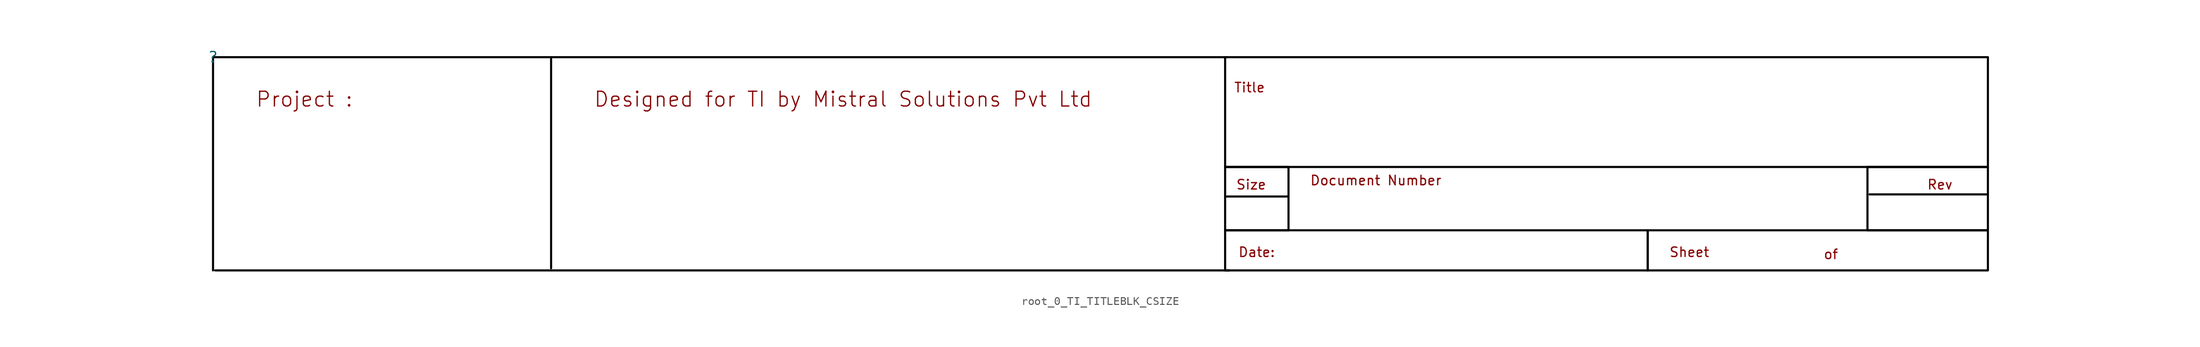
<source format=kicad_sym>
(kicad_symbol_lib
  (version 20231120)
  (generator "kicad_symbol_editor")
  (generator_version "8.0")
  (symbol "root_0_TI_TITLEBLK_CSIZE"
    (property "Reference" ""
      (at 0 0 0)
      (effects (font (size 1.27 1.27))))
    (property "Value" ""
      (at 0 0 0)
      (effects (font (size 1.27 1.27))))
    (symbol "root_0_TI_TITLEBLK_CSIZE_1_0"
      (polyline (pts (xy 0 0) (xy 0 -25.654)) (stroke (width 0.254) (type solid) (color 0 0 0 1)) (fill (type none)))
      (polyline (pts (xy 40.64 -25.4) (xy 40.64 0)) (stroke (width 0.254) (type solid) (color 0 0 0 1)) (fill (type none)))
      (polyline (pts (xy 121.666 -16.764) (xy 129.286 -16.764)) (stroke (width 0.254) (type solid) (color 0 0 0 1)) (fill (type none)))
      (polyline (pts (xy 121.92 0) (xy 0 0)) (stroke (width 0.254) (type solid) (color 0 0 0 1)) (fill (type none)))
      (polyline (pts (xy 122.174 -25.654) (xy 0.254 -25.654)) (stroke (width 0.254) (type solid) (color 0 0 0 1)) (fill (type none)))
      (polyline (pts (xy 213.36 -16.51) (xy 199.136 -16.51)) (stroke (width 0.254) (type solid) (color 0 0 0 1)) (fill (type none)))
      (rectangle (start 129.286 -13.208) (end 121.666 -20.828) (stroke (width 0.254) (type solid) (color 0 0 0 1)) (fill (type none)))
      (rectangle (start 172.466 -20.828) (end 121.666 -25.654) (stroke (width 0.254) (type solid) (color 0 0 0 1)) (fill (type none)))
      (rectangle (start 213.36 -20.828) (end 172.466 -25.654) (stroke (width 0.254) (type solid) (color 0 0 0 1)) (fill (type none)))
      (rectangle (start 213.36 -13.208) (end 198.882 -20.828) (stroke (width 0.254) (type solid) (color 0 0 0 1)) (fill (type none)))
      (rectangle (start 213.36 0) (end 121.666 -13.208) (stroke (width 0.254) (type solid) (color 0 0 0 1)) (fill (type none)))
      (text "Date:" (at 123.19 -24.13 0) (effects (font (size 1.143 1.143)) (justify left bottom)))
      (text "Designed for TI by Mistral Solutions Pvt Ltd" (at 45.72 -6.096 0) (effects (font (size 1.778 1.778)) (justify left bottom)))
      (text "Document Number" (at 131.826 -15.494 0) (effects (font (size 1.143 1.143)) (justify left bottom)))
      (text "of" (at 193.548 -24.384 0) (effects (font (size 1.143 1.143)) (justify left bottom)))
      (text "Project :" (at 5.08 -6.096 0) (effects (font (size 1.778 1.778)) (justify left bottom)))
      (text "Rev" (at 205.994 -16.002 0) (effects (font (size 1.143 1.143)) (justify left bottom)))
      (text "Sheet" (at 175.006 -24.13 0) (effects (font (size 1.143 1.143)) (justify left bottom)))
      (text "Size" (at 122.936 -16.002 0) (effects (font (size 1.143 1.143)) (justify left bottom)))
      (text "Title" (at 122.682 -4.318 0) (effects (font (size 1.143 1.143)) (justify left bottom))))))
</source>
